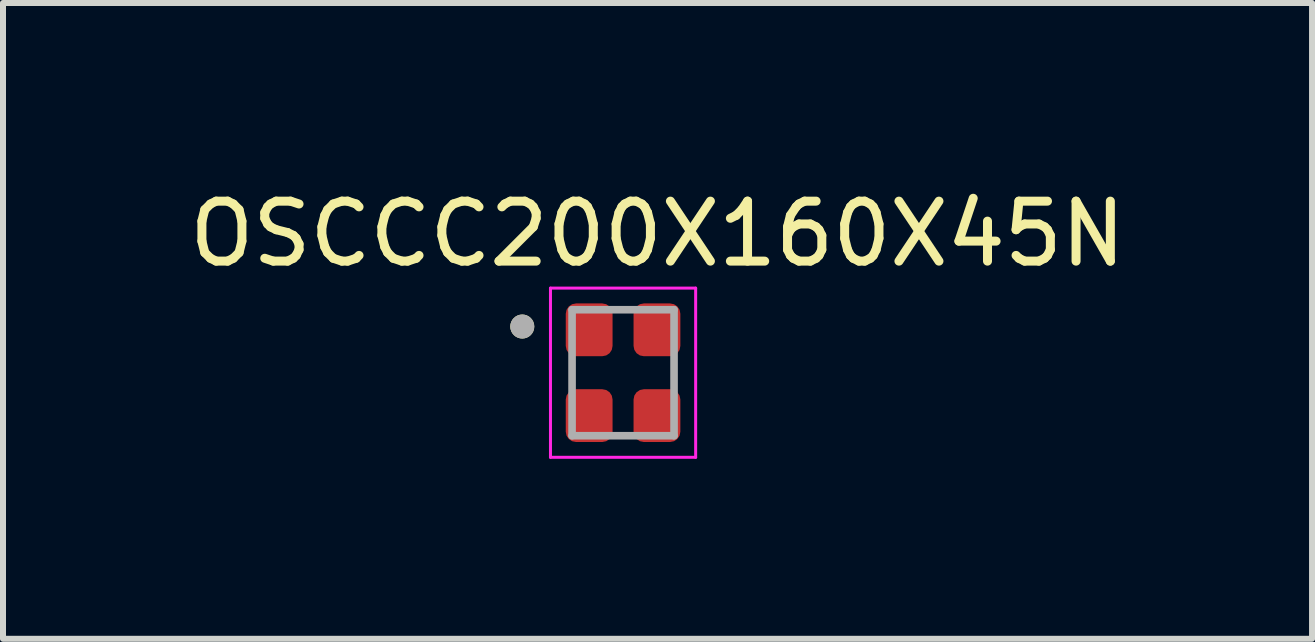
<source format=kicad_pcb>
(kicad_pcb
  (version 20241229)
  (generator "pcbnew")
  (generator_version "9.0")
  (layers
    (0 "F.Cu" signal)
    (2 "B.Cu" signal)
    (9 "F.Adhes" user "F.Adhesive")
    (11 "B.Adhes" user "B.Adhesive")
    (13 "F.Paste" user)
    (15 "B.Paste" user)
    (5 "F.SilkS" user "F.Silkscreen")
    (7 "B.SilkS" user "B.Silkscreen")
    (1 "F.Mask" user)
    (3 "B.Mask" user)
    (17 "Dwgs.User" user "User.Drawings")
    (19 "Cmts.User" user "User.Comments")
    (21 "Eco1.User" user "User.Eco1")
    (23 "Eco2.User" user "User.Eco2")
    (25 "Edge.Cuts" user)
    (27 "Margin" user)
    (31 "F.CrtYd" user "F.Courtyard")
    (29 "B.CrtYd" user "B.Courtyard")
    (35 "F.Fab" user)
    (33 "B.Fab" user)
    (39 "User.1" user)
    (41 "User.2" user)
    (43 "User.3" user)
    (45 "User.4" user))
  (footprint "OSCCC200X160X45N"
    (layer "F.Cu")
    (at 7.336 3.163)
    (property "Reference" "OSCCC200X160X45N" (at 0.575 -2.315 0) (layer "F.SilkS") (effects (font (size 1 1) (thickness 0.15))))
    (attr smd)
    (fp_circle (center -1.68 -0.77) (end -1.58 -0.77) (stroke (width 0.2) (type solid)) (fill no) (layer "F.SilkS"))
    (fp_line (start -1.21 -1.41) (end -1.21 1.41) (stroke (width 0.05) (type solid)) (layer "F.CrtYd"))
    (fp_line (start -1.21 1.41) (end 1.21 1.41) (stroke (width 0.05) (type solid)) (layer "F.CrtYd"))
    (fp_line (start 1.21 -1.41) (end -1.21 -1.41) (stroke (width 0.05) (type solid)) (layer "F.CrtYd"))
    (fp_line (start 1.21 1.41) (end 1.21 -1.41) (stroke (width 0.05) (type solid)) (layer "F.CrtYd"))
    (fp_line (start -0.85 -1.05) (end -0.85 1.05) (stroke (width 0.127) (type solid)) (layer "F.Fab"))
    (fp_line (start -0.85 1.05) (end 0.85 1.05) (stroke (width 0.127) (type solid)) (layer "F.Fab"))
    (fp_line (start 0.85 -1.05) (end -0.85 -1.05) (stroke (width 0.127) (type solid)) (layer "F.Fab"))
    (fp_line (start 0.85 1.05) (end 0.85 -1.05) (stroke (width 0.127) (type solid)) (layer "F.Fab"))
    (fp_circle (center -1.68 -0.77) (end -1.58 -0.77) (stroke (width 0.2) (type solid)) (fill no) (layer "F.Fab"))
    (pad "1" smd roundrect (at -0.565 -0.715) (size 0.78 0.88) (layers "F.Cu" "F.Mask" "F.Paste") (roundrect_rratio 0.22))
    (pad "2" smd roundrect (at -0.565 0.715) (size 0.78 0.88) (layers "F.Cu" "F.Mask" "F.Paste") (roundrect_rratio 0.22))
    (pad "3" smd roundrect (at 0.565 0.715 180) (size 0.78 0.88) (layers "F.Cu" "F.Mask" "F.Paste") (roundrect_rratio 0.22))
    (pad "4" smd roundrect (at 0.565 -0.715 180) (size 0.78 0.88) (layers "F.Cu" "F.Mask" "F.Paste") (roundrect_rratio 0.22)))
  (gr_rect
    (start -3 -3)
    (end 18.821 7.598)
    (stroke (width 0.1) (type default))
    (fill no)
    (layer "Edge.Cuts")))
</source>
